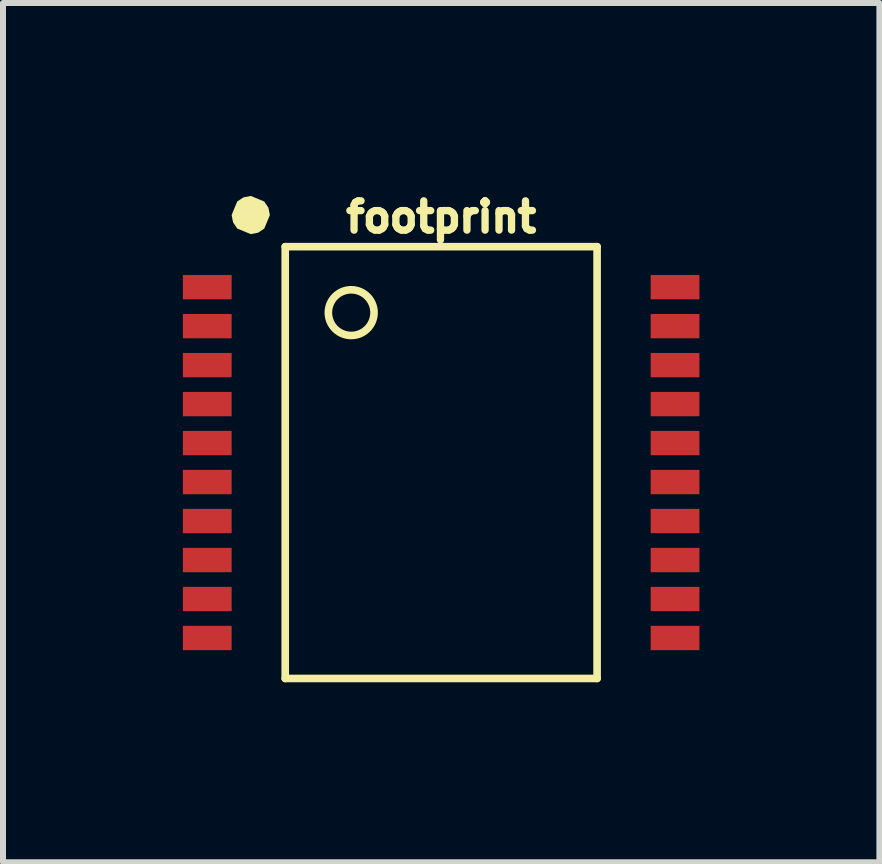
<source format=kicad_pcb>
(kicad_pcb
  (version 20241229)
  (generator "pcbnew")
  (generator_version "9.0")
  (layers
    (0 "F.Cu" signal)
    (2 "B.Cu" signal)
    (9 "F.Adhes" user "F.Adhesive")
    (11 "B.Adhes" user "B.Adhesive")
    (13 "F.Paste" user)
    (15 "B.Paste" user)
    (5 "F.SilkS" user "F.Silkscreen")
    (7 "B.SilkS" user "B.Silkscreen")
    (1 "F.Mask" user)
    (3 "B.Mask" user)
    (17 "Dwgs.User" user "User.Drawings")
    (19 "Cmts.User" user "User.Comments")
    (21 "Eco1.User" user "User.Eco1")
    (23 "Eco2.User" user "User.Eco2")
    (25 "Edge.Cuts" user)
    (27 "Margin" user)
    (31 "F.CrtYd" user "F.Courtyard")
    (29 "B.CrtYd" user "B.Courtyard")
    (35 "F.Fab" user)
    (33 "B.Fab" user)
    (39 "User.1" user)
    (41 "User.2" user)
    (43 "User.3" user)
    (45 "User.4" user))
  (footprint "footprint"
    (layer "F.Cu")
    (at 4.306 4.663)
    (property "Reference" "footprint" (at 0 -3.81 0) (layer "F.SilkS") (effects (font (size 0.488 0.488) (thickness 0.122)) (justify bottom)))
    (fp_line (start -2.6 -3.6) (end 2.6 -3.6) (stroke (width 0.127) (type solid)) (layer "F.SilkS"))
    (fp_line (start -2.6 3.6) (end -2.6 -3.6) (stroke (width 0.127) (type solid)) (layer "F.SilkS"))
    (fp_line (start 2.6 -3.6) (end 2.6 3.6) (stroke (width 0.127) (type solid)) (layer "F.SilkS"))
    (fp_line (start 2.6 3.6) (end -2.6 3.6) (stroke (width 0.127) (type solid)) (layer "F.SilkS"))
    (fp_circle (center -1.5 -2.5) (end -1.119 -2.5) (stroke (width 0.127) (type solid)) (fill no) (layer "F.SilkS"))
    (fp_poly (pts (xy -2.95 -4.353) (xy -2.88 -4.249) (xy -2.856 -4.127) (xy -2.949 -3.902) (xy -3.053 -3.833) (xy -3.175 -3.809) (xy -3.4 -3.902) (xy -3.47 -4.006) (xy -3.494 -4.128) (xy -3.401 -4.353) (xy -3.297 -4.422) (xy -3.175 -4.446)) (stroke (width 0) (type solid)) (fill yes) (layer "F.SilkS"))
    (pad "1" smd rect (at -3.9 -2.925) (size 0.813 0.406) (layers "F.Cu" "F.Mask" "F.Paste"))
    (pad "2" smd rect (at -3.9 -2.275) (size 0.813 0.406) (layers "F.Cu" "F.Mask" "F.Paste"))
    (pad "3" smd rect (at -3.9 -1.625) (size 0.813 0.406) (layers "F.Cu" "F.Mask" "F.Paste"))
    (pad "4" smd rect (at -3.9 -0.975) (size 0.813 0.406) (layers "F.Cu" "F.Mask" "F.Paste"))
    (pad "5" smd rect (at -3.9 -0.325) (size 0.813 0.406) (layers "F.Cu" "F.Mask" "F.Paste"))
    (pad "6" smd rect (at -3.9 0.325) (size 0.813 0.406) (layers "F.Cu" "F.Mask" "F.Paste"))
    (pad "7" smd rect (at -3.9 0.975) (size 0.813 0.406) (layers "F.Cu" "F.Mask" "F.Paste"))
    (pad "8" smd rect (at -3.9 1.625) (size 0.813 0.406) (layers "F.Cu" "F.Mask" "F.Paste"))
    (pad "9" smd rect (at -3.9 2.275) (size 0.813 0.406) (layers "F.Cu" "F.Mask" "F.Paste"))
    (pad "10" smd rect (at -3.9 2.925) (size 0.813 0.406) (layers "F.Cu" "F.Mask" "F.Paste"))
    (pad "11" smd rect (at 3.9 2.925) (size 0.813 0.406) (layers "F.Cu" "F.Mask" "F.Paste"))
    (pad "12" smd rect (at 3.9 2.275) (size 0.813 0.406) (layers "F.Cu" "F.Mask" "F.Paste"))
    (pad "13" smd rect (at 3.9 1.625) (size 0.813 0.406) (layers "F.Cu" "F.Mask" "F.Paste"))
    (pad "14" smd rect (at 3.9 0.975) (size 0.813 0.406) (layers "F.Cu" "F.Mask" "F.Paste"))
    (pad "15" smd rect (at 3.9 0.325) (size 0.813 0.406) (layers "F.Cu" "F.Mask" "F.Paste"))
    (pad "16" smd rect (at 3.9 -0.325) (size 0.813 0.406) (layers "F.Cu" "F.Mask" "F.Paste"))
    (pad "17" smd rect (at 3.9 -0.975) (size 0.813 0.406) (layers "F.Cu" "F.Mask" "F.Paste"))
    (pad "18" smd rect (at 3.9 -1.625) (size 0.813 0.406) (layers "F.Cu" "F.Mask" "F.Paste"))
    (pad "19" smd rect (at 3.9 -2.275) (size 0.813 0.406) (layers "F.Cu" "F.Mask" "F.Paste"))
    (pad "20" smd rect (at 3.9 -2.925) (size 0.813 0.406) (layers "F.Cu" "F.Mask" "F.Paste")))
  (gr_rect
    (start -3 -3)
    (end 11.613 11.327)
    (stroke (width 0.1) (type default))
    (fill no)
    (layer "Edge.Cuts")))
</source>
